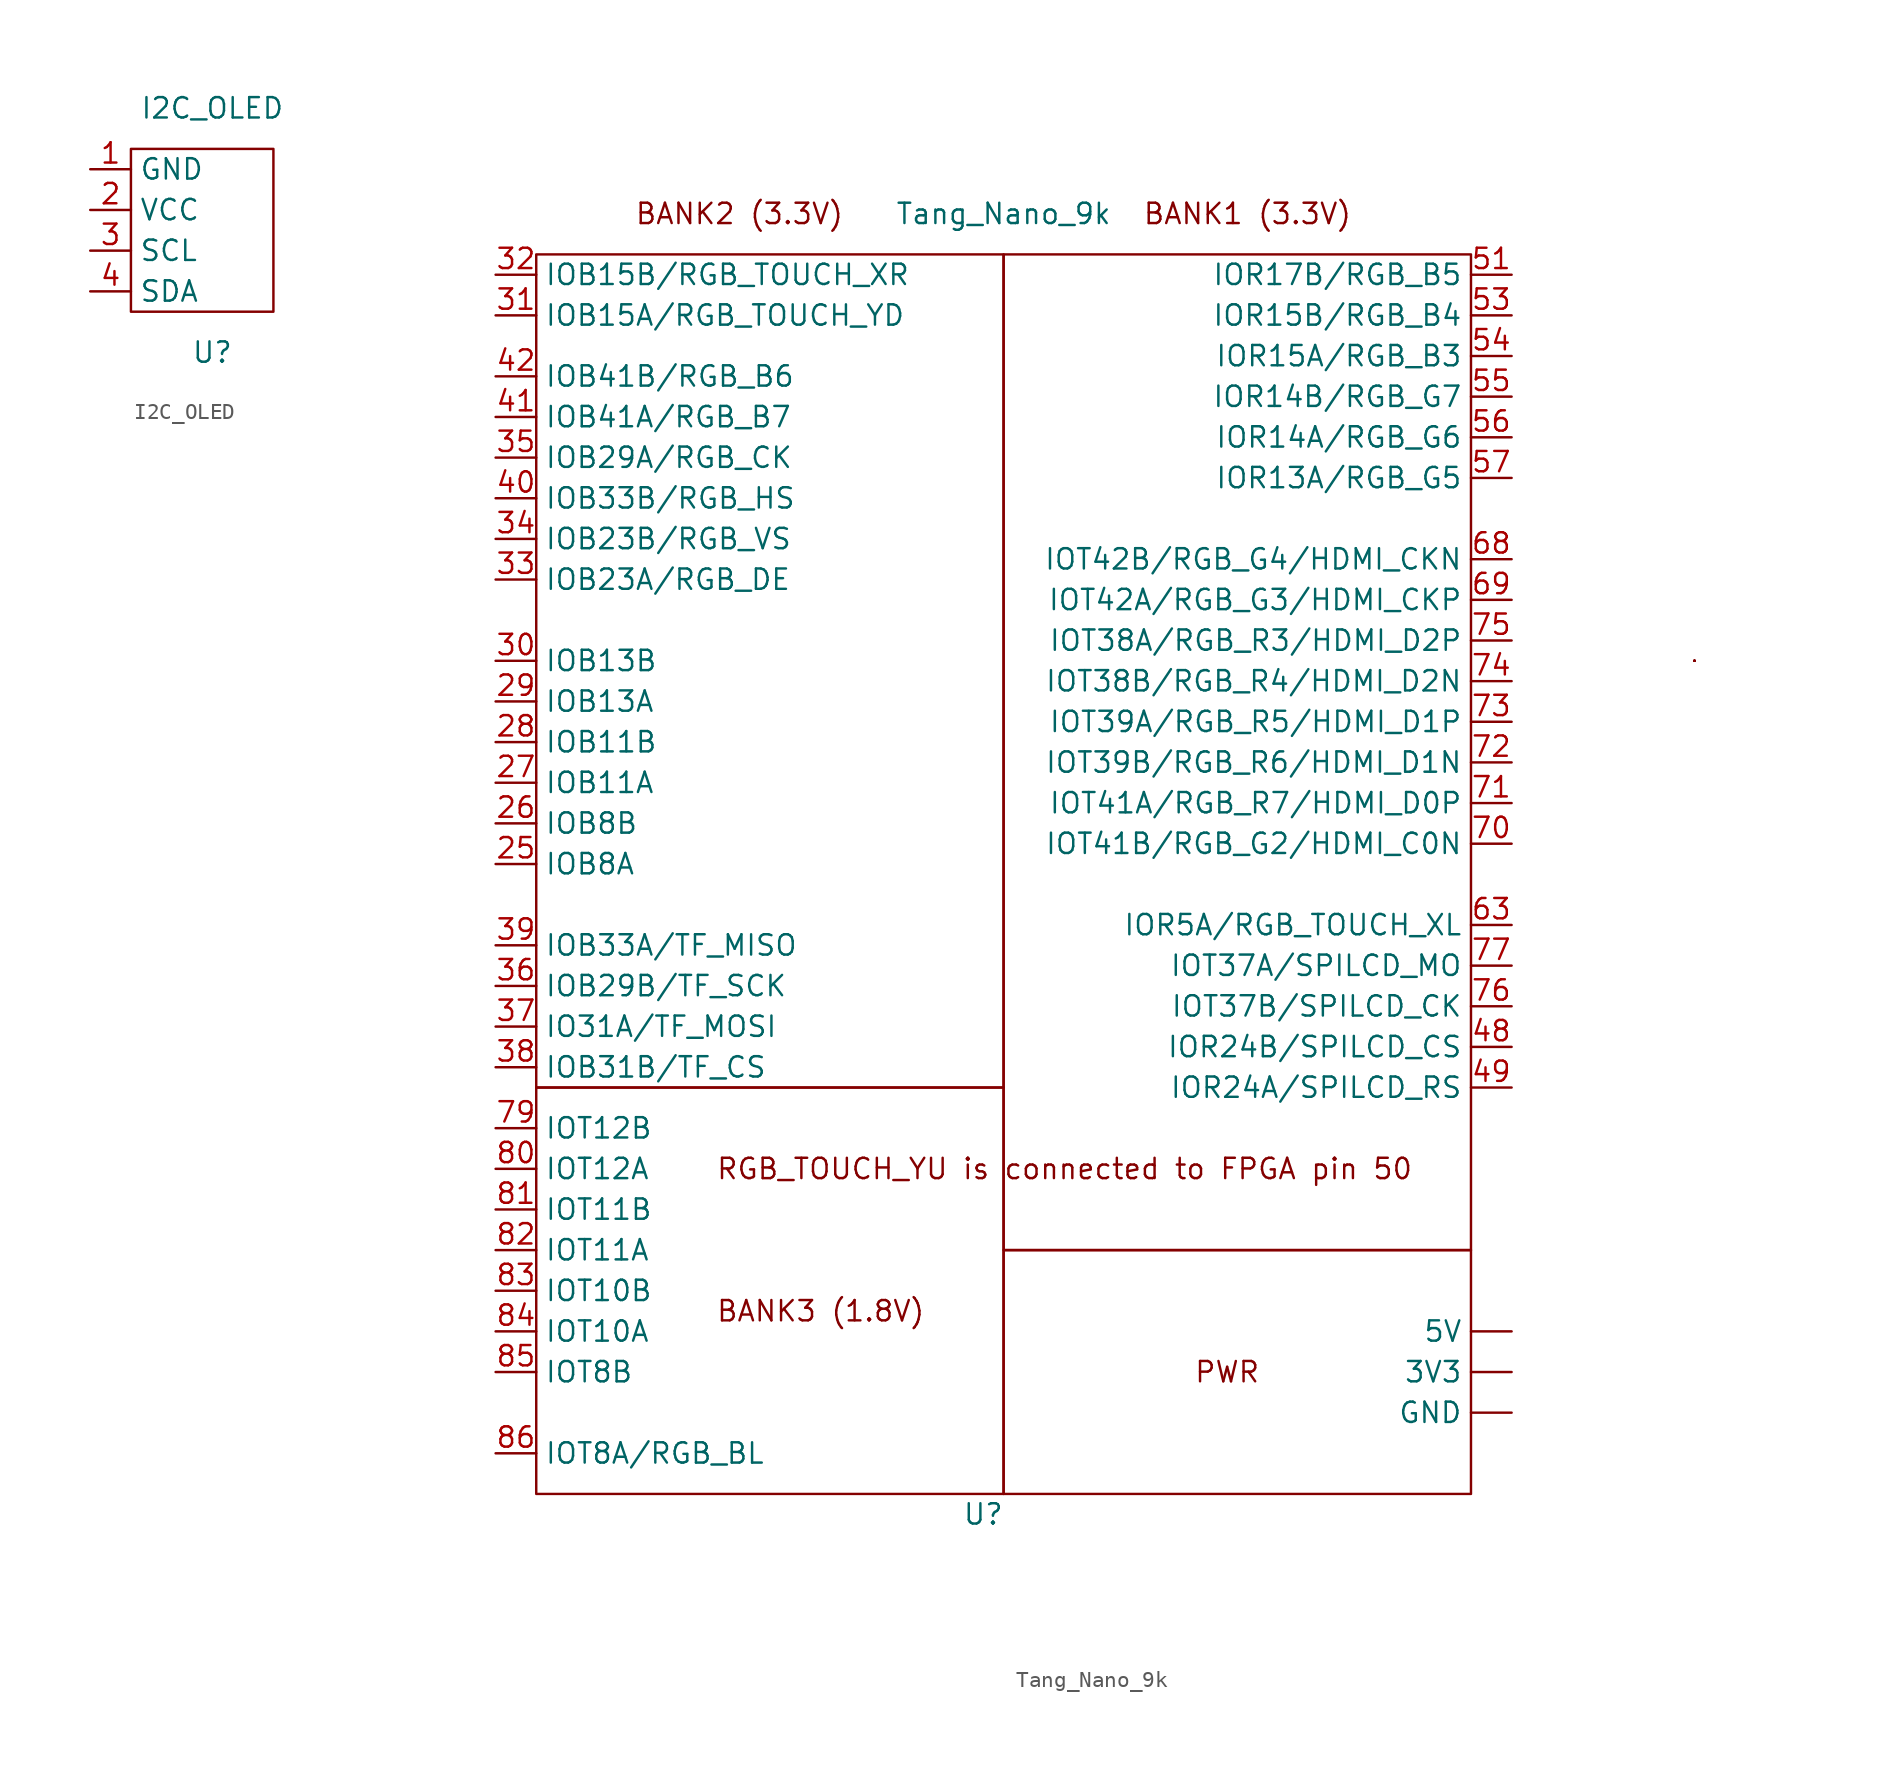
<source format=kicad_sym>
(kicad_symbol_lib
  (version 20211014)
  (generator kicad_symbol_editor)
  (symbol "I2C_OLED"
    (property "Reference" "U"
      (at 0 0 0)
      (effects (font (size 1.27 1.27))))
    (property "Value" "I2C_OLED"
      (at 0 15.24 0)
      (effects (font (size 1.27 1.27))))
    (symbol "I2C_OLED_0_1"
      (rectangle (start -5.08 12.7) (end 3.81 2.54) (stroke (width 0) (type default) (color 0 0 0 0)) (fill (type none))))
    (symbol "I2C_OLED_1_1"
      (pin power_in line (at -7.62 11.43 0) (length 2.54) (name "GND" (effects (font (size 1.27 1.27)))) (number "1" (effects (font (size 1.27 1.27)))))
      (pin power_in line (at -7.62 8.89 0) (length 2.54) (name "VCC" (effects (font (size 1.27 1.27)))) (number "2" (effects (font (size 1.27 1.27)))))
      (pin bidirectional line (at -7.62 6.35 0) (length 2.54) (name "SCL" (effects (font (size 1.27 1.27)))) (number "3" (effects (font (size 1.27 1.27)))))
      (pin bidirectional line (at -7.62 3.81 0) (length 2.54) (name "SDA" (effects (font (size 1.27 1.27)))) (number "4" (effects (font (size 1.27 1.27)))))))
  (symbol "Tang_Nano_9k"
    (property "Reference" "U"
      (at -1.27 -45.72 0)
      (effects (font (size 1.27 1.27))))
    (property "Value" "Tang_Nano_9k"
      (at 0 35.56 0)
      (effects (font (size 1.27 1.27))))
    (symbol "Tang_Nano_9k_0_0"
      (rectangle (start 43.18 7.62) (end 43.18 7.62) (stroke (width 0) (type default) (color 0 0 0 0)) (fill (type none)))
      (rectangle (start 43.18 7.62) (end 43.18 7.62) (stroke (width 0) (type default) (color 0 0 0 0)) (fill (type none)))
      (rectangle (start 43.18 7.62) (end 43.18 7.62) (stroke (width 0) (type default) (color 0 0 0 0)) (fill (type none)))
      (rectangle (start 43.18 7.62) (end 43.18 7.62) (stroke (width 0) (type default) (color 0 0 0 0)) (fill (type none)))
      (rectangle (start 43.18 7.62) (end 43.18 7.62) (stroke (width 0) (type default) (color 0 0 0 0)) (fill (type none)))
      (rectangle (start 43.18 7.62) (end 43.18 7.62) (stroke (width 0) (type default) (color 0 0 0 0)) (fill (type none)))
      (rectangle (start 43.18 7.62) (end 43.18 7.62) (stroke (width 0) (type default) (color 0 0 0 0)) (fill (type none)))
      (rectangle (start 43.18 7.62) (end 43.18 7.62) (stroke (width 0) (type default) (color 0 0 0 0)) (fill (type none)))
      (rectangle (start 43.18 7.62) (end 43.18 7.62) (stroke (width 0) (type default) (color 0 0 0 0)) (fill (type none)))
      (rectangle (start 43.18 7.62) (end 43.18 7.62) (stroke (width 0) (type default) (color 0 0 0 0)) (fill (type none)))
      (text "BANK1 (3.3V)" (at 15.24 35.56 0) (effects (font (size 1.27 1.27))))
      (text "BANK2 (3.3V)" (at -16.51 35.56 0) (effects (font (size 1.27 1.27))))
      (text "BANK3 (1.8V)" (at -11.43 -33.02 0) (effects (font (size 1.27 1.27))))
      (text "PWR" (at 13.97 -36.83 0) (effects (font (size 1.27 1.27))))
      (text "RGB_TOUCH_YU is connected to FPGA pin 50" (at 3.81 -24.13 0) (effects (font (size 1.27 1.27)))))
    (symbol "Tang_Nano_9k_0_1"
      (rectangle (start -29.21 33.02) (end 0 -19.05) (stroke (width 0) (type default) (color 0 0 0 0)) (fill (type none)))
      (rectangle (start 0 -44.45) (end -29.21 -19.05) (stroke (width 0) (type default) (color 0 0 0 0)) (fill (type none)))
      (rectangle (start 0 -29.21) (end 29.21 -44.45) (stroke (width 0) (type default) (color 0 0 0 0)) (fill (type none)))
      (rectangle (start 0 33.02) (end 29.21 -29.21) (stroke (width 0) (type default) (color 0 0 0 0)) (fill (type none))))
    (symbol "Tang_Nano_9k_1_1"
      (pin power_out line (at 31.75 -36.83 180) (length 2.54) (name "3V3" (effects (font (size 1.27 1.27)))) (number "" (effects (font (size 1.27 1.27)))))
      (pin power_out line (at 31.75 -34.29 180) (length 2.54) (name "5V" (effects (font (size 1.27 1.27)))) (number "" (effects (font (size 1.27 1.27)))))
      (pin power_in line (at 31.75 -39.37 180) (length 2.54) (name "GND" (effects (font (size 1.27 1.27)))) (number "" (effects (font (size 1.27 1.27)))))
      (pin bidirectional line (at -31.75 -5.08 0) (length 2.54) (name "IOB8A" (effects (font (size 1.27 1.27)))) (number "25" (effects (font (size 1.27 1.27)))))
      (pin bidirectional line (at -31.75 -2.54 0) (length 2.54) (name "IOB8B" (effects (font (size 1.27 1.27)))) (number "26" (effects (font (size 1.27 1.27)))))
      (pin bidirectional line (at -31.75 0 0) (length 2.54) (name "IOB11A" (effects (font (size 1.27 1.27)))) (number "27" (effects (font (size 1.27 1.27)))))
      (pin bidirectional line (at -31.75 2.54 0) (length 2.54) (name "IOB11B" (effects (font (size 1.27 1.27)))) (number "28" (effects (font (size 1.27 1.27)))))
      (pin bidirectional line (at -31.75 5.08 0) (length 2.54) (name "IOB13A" (effects (font (size 1.27 1.27)))) (number "29" (effects (font (size 1.27 1.27)))))
      (pin bidirectional line (at -31.75 7.62 0) (length 2.54) (name "IOB13B" (effects (font (size 1.27 1.27)))) (number "30" (effects (font (size 1.27 1.27)))))
      (pin bidirectional line (at -31.75 29.21 0) (length 2.54) (name "IOB15A/RGB_TOUCH_YD" (effects (font (size 1.27 1.27)))) (number "31" (effects (font (size 1.27 1.27)))))
      (pin bidirectional line (at -31.75 31.75 0) (length 2.54) (name "IOB15B/RGB_TOUCH_XR" (effects (font (size 1.27 1.27)))) (number "32" (effects (font (size 1.27 1.27)))))
      (pin bidirectional line (at -31.75 12.7 0) (length 2.54) (name "IOB23A/RGB_DE" (effects (font (size 1.27 1.27)))) (number "33" (effects (font (size 1.27 1.27)))))
      (pin bidirectional line (at -31.75 15.24 0) (length 2.54) (name "IOB23B/RGB_VS" (effects (font (size 1.27 1.27)))) (number "34" (effects (font (size 1.27 1.27)))))
      (pin bidirectional line (at -31.75 20.32 0) (length 2.54) (name "IOB29A/RGB_CK" (effects (font (size 1.27 1.27)))) (number "35" (effects (font (size 1.27 1.27)))))
      (pin bidirectional line (at -31.75 -12.7 0) (length 2.54) (name "IOB29B/TF_SCK" (effects (font (size 1.27 1.27)))) (number "36" (effects (font (size 1.27 1.27)))))
      (pin bidirectional line (at -31.75 -15.24 0) (length 2.54) (name "IO31A/TF_MOSI" (effects (font (size 1.27 1.27)))) (number "37" (effects (font (size 1.27 1.27)))))
      (pin bidirectional line (at -31.75 -17.78 0) (length 2.54) (name "IOB31B/TF_CS" (effects (font (size 1.27 1.27)))) (number "38" (effects (font (size 1.27 1.27)))))
      (pin bidirectional line (at -31.75 -10.16 0) (length 2.54) (name "IOB33A/TF_MISO" (effects (font (size 1.27 1.27)))) (number "39" (effects (font (size 1.27 1.27)))))
      (pin bidirectional line (at -31.75 17.78 0) (length 2.54) (name "IOB33B/RGB_HS" (effects (font (size 1.27 1.27)))) (number "40" (effects (font (size 1.27 1.27)))))
      (pin bidirectional line (at -31.75 22.86 0) (length 2.54) (name "IOB41A/RGB_B7" (effects (font (size 1.27 1.27)))) (number "41" (effects (font (size 1.27 1.27)))))
      (pin bidirectional line (at -31.75 25.4 0) (length 2.54) (name "IOB41B/RGB_B6" (effects (font (size 1.27 1.27)))) (number "42" (effects (font (size 1.27 1.27)))))
      (pin bidirectional line (at 31.75 -16.51 180) (length 2.54) (name "IOR24B/SPILCD_CS" (effects (font (size 1.27 1.27)))) (number "48" (effects (font (size 1.27 1.27)))))
      (pin bidirectional line (at 31.75 -19.05 180) (length 2.54) (name "IOR24A/SPILCD_RS" (effects (font (size 1.27 1.27)))) (number "49" (effects (font (size 1.27 1.27)))))
      (pin bidirectional line (at 31.75 31.75 180) (length 2.54) (name "IOR17B/RGB_B5" (effects (font (size 1.27 1.27)))) (number "51" (effects (font (size 1.27 1.27)))))
      (pin bidirectional line (at 31.75 29.21 180) (length 2.54) (name "IOR15B/RGB_B4" (effects (font (size 1.27 1.27)))) (number "53" (effects (font (size 1.27 1.27)))))
      (pin bidirectional line (at 31.75 26.67 180) (length 2.54) (name "IOR15A/RGB_B3" (effects (font (size 1.27 1.27)))) (number "54" (effects (font (size 1.27 1.27)))))
      (pin bidirectional line (at 31.75 24.13 180) (length 2.54) (name "IOR14B/RGB_G7" (effects (font (size 1.27 1.27)))) (number "55" (effects (font (size 1.27 1.27)))))
      (pin bidirectional line (at 31.75 21.59 180) (length 2.54) (name "IOR14A/RGB_G6" (effects (font (size 1.27 1.27)))) (number "56" (effects (font (size 1.27 1.27)))))
      (pin bidirectional line (at 31.75 19.05 180) (length 2.54) (name "IOR13A/RGB_G5" (effects (font (size 1.27 1.27)))) (number "57" (effects (font (size 1.27 1.27)))))
      (pin bidirectional line (at 31.75 -8.89 180) (length 2.54) (name "IOR5A/RGB_TOUCH_XL" (effects (font (size 1.27 1.27)))) (number "63" (effects (font (size 1.27 1.27)))))
      (pin bidirectional line (at 31.75 13.97 180) (length 2.54) (name "IOT42B/RGB_G4/HDMI_CKN" (effects (font (size 1.27 1.27)))) (number "68" (effects (font (size 1.27 1.27)))))
      (pin bidirectional line (at 31.75 11.43 180) (length 2.54) (name "IOT42A/RGB_G3/HDMI_CKP" (effects (font (size 1.27 1.27)))) (number "69" (effects (font (size 1.27 1.27)))))
      (pin bidirectional line (at 31.75 -3.81 180) (length 2.54) (name "IOT41B/RGB_G2/HDMI_C0N" (effects (font (size 1.27 1.27)))) (number "70" (effects (font (size 1.27 1.27)))))
      (pin bidirectional line (at 31.75 -1.27 180) (length 2.54) (name "IOT41A/RGB_R7/HDMI_D0P" (effects (font (size 1.27 1.27)))) (number "71" (effects (font (size 1.27 1.27)))))
      (pin bidirectional line (at 31.75 1.27 180) (length 2.54) (name "IOT39B/RGB_R6/HDMI_D1N" (effects (font (size 1.27 1.27)))) (number "72" (effects (font (size 1.27 1.27)))))
      (pin bidirectional line (at 31.75 3.81 180) (length 2.54) (name "IOT39A/RGB_R5/HDMI_D1P" (effects (font (size 1.27 1.27)))) (number "73" (effects (font (size 1.27 1.27)))))
      (pin bidirectional line (at 31.75 6.35 180) (length 2.54) (name "IOT38B/RGB_R4/HDMI_D2N" (effects (font (size 1.27 1.27)))) (number "74" (effects (font (size 1.27 1.27)))))
      (pin bidirectional line (at 31.75 8.89 180) (length 2.54) (name "IOT38A/RGB_R3/HDMI_D2P" (effects (font (size 1.27 1.27)))) (number "75" (effects (font (size 1.27 1.27)))))
      (pin bidirectional line (at 31.75 -13.97 180) (length 2.54) (name "IOT37B/SPILCD_CK" (effects (font (size 1.27 1.27)))) (number "76" (effects (font (size 1.27 1.27)))))
      (pin bidirectional line (at 31.75 -11.43 180) (length 2.54) (name "IOT37A/SPILCD_MO" (effects (font (size 1.27 1.27)))) (number "77" (effects (font (size 1.27 1.27)))))
      (pin bidirectional line (at -31.75 -21.59 0) (length 2.54) (name "IOT12B" (effects (font (size 1.27 1.27)))) (number "79" (effects (font (size 1.27 1.27)))))
      (pin bidirectional line (at -31.75 -24.13 0) (length 2.54) (name "IOT12A" (effects (font (size 1.27 1.27)))) (number "80" (effects (font (size 1.27 1.27)))))
      (pin bidirectional line (at -31.75 -26.67 0) (length 2.54) (name "IOT11B" (effects (font (size 1.27 1.27)))) (number "81" (effects (font (size 1.27 1.27)))))
      (pin bidirectional line (at -31.75 -29.21 0) (length 2.54) (name "IOT11A" (effects (font (size 1.27 1.27)))) (number "82" (effects (font (size 1.27 1.27)))))
      (pin bidirectional line (at -31.75 -31.75 0) (length 2.54) (name "IOT10B" (effects (font (size 1.27 1.27)))) (number "83" (effects (font (size 1.27 1.27)))))
      (pin bidirectional line (at -31.75 -34.29 0) (length 2.54) (name "IOT10A" (effects (font (size 1.27 1.27)))) (number "84" (effects (font (size 1.27 1.27)))))
      (pin bidirectional line (at -31.75 -36.83 0) (length 2.54) (name "IOT8B" (effects (font (size 1.27 1.27)))) (number "85" (effects (font (size 1.27 1.27)))))
      (pin bidirectional line (at -31.75 -41.91 0) (length 2.54) (name "IOT8A/RGB_BL" (effects (font (size 1.27 1.27)))) (number "86" (effects (font (size 1.27 1.27))))))))
</source>
